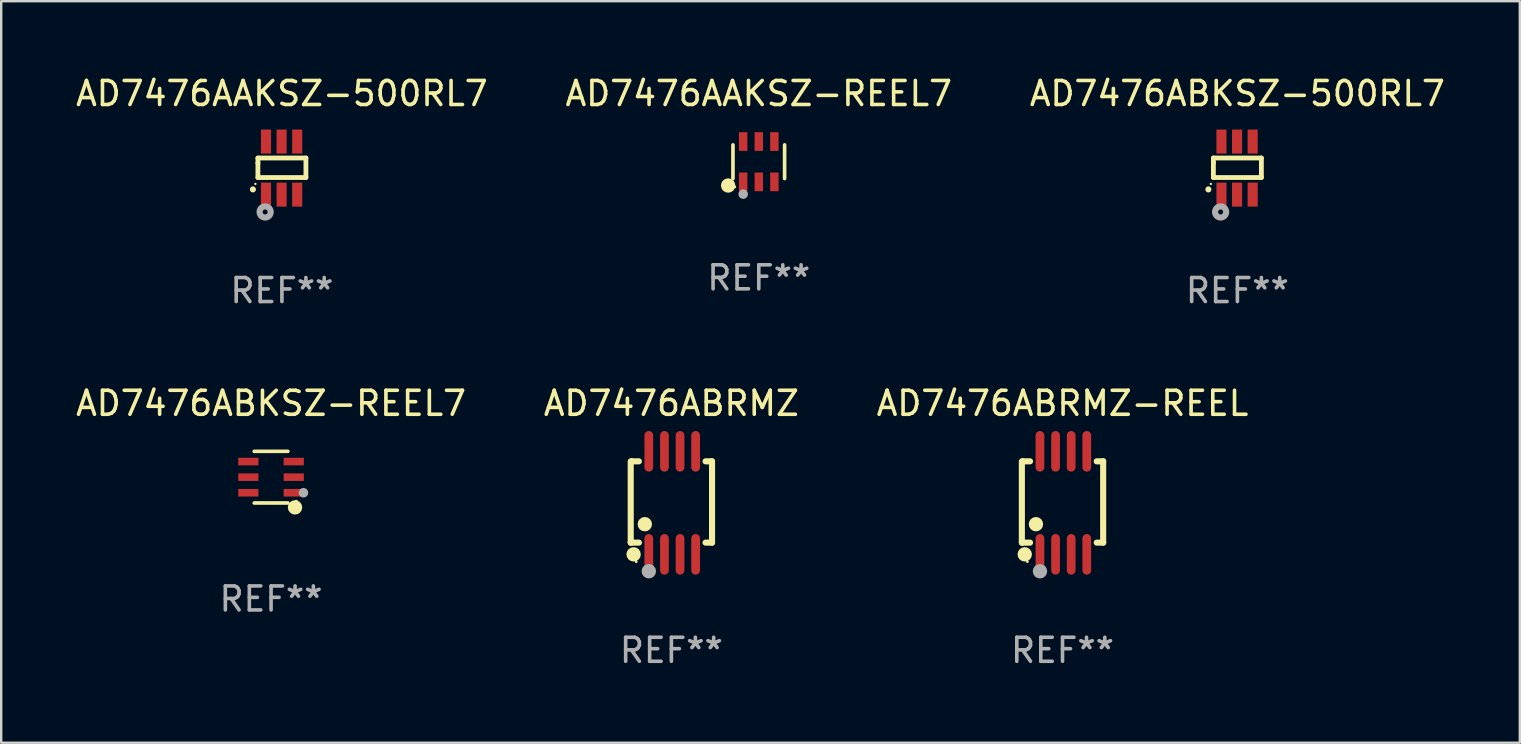
<source format=kicad_pcb>
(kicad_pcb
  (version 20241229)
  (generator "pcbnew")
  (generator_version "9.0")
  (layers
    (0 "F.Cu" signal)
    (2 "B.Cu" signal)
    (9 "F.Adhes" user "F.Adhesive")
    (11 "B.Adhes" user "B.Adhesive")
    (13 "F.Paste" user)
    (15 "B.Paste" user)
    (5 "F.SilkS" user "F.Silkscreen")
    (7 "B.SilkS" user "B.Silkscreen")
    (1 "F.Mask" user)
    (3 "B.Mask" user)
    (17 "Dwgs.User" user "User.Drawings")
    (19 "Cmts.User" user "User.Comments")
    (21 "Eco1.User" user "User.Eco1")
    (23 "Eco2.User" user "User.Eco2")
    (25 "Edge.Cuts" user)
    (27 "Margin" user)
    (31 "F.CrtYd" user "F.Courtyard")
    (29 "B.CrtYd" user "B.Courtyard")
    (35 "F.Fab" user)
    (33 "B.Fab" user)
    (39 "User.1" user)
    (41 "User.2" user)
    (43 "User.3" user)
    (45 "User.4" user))
  (footprint "AD7476ABRMZ"
    (layer "F.Cu")
    (at 24.923 17.901)
    (property "Reference" "AD7476ABRMZ" (at 0 -4.146 0) (layer "F.SilkS") (effects (font (size 1 1) (thickness 0.15))))
    (attr through_hole)
    (fp_line (start -1.694 -1.724) (end -1.694 1.652) (stroke (width 0.254) (type solid)) (layer "F.SilkS"))
    (fp_line (start -1.694 1.652) (end -1.688 1.658) (stroke (width 0.254) (type solid)) (layer "F.SilkS"))
    (fp_line (start -1.688 1.658) (end -1.353 1.658) (stroke (width 0.254) (type solid)) (layer "F.SilkS"))
    (fp_line (start -1.661 -1.73) (end -1.681 -1.71) (stroke (width 0.254) (type solid)) (layer "F.SilkS"))
    (fp_line (start -1.353 -1.73) (end -1.661 -1.73) (stroke (width 0.254) (type solid)) (layer "F.SilkS"))
    (fp_line (start 1.424 1.658) (end 1.694 1.658) (stroke (width 0.254) (type solid)) (layer "F.SilkS"))
    (fp_line (start 1.694 -1.73) (end 1.424 -1.73) (stroke (width 0.254) (type solid)) (layer "F.SilkS"))
    (fp_line (start 1.694 1.658) (end 1.694 -1.73) (stroke (width 0.254) (type solid)) (layer "F.SilkS"))
    (fp_circle (center -1.574 2.146) (end -1.424 2.146) (stroke (width 0.3) (type solid)) (fill no) (layer "F.SilkS"))
    (fp_circle (center -1.464 2.45) (end -1.434 2.45) (stroke (width 0.06) (type solid)) (fill no) (layer "F.SilkS"))
    (fp_circle (center -1.107 0.889) (end -0.957 0.889) (stroke (width 0.3) (type solid)) (fill no) (layer "F.SilkS"))
    (fp_circle (center -0.94 2.85) (end -0.789 2.85) (stroke (width 0.3) (type solid)) (fill no) (layer "F.Fab"))
    (fp_text user "REF**" (at 0 6.146 0) (layer "F.Fab") (effects (font (size 1 1) (thickness 0.15))))
    (pad "1" smd oval (at -0.94 2.146) (size 0.364 1.692) (layers "F.Cu" "F.Mask" "F.Paste"))
    (pad "2" smd oval (at -0.289 2.146) (size 0.364 1.692) (layers "F.Cu" "F.Mask" "F.Paste"))
    (pad "3" smd oval (at 0.361 2.146) (size 0.364 1.692) (layers "F.Cu" "F.Mask" "F.Paste"))
    (pad "4" smd oval (at 1.011 2.146) (size 0.364 1.692) (layers "F.Cu" "F.Mask" "F.Paste"))
    (pad "5" smd oval (at 1.011 -2.146) (size 0.364 1.692) (layers "F.Cu" "F.Mask" "F.Paste"))
    (pad "6" smd oval (at 0.361 -2.146) (size 0.364 1.692) (layers "F.Cu" "F.Mask" "F.Paste"))
    (pad "7" smd oval (at -0.289 -2.146) (size 0.364 1.692) (layers "F.Cu" "F.Mask" "F.Paste"))
    (pad "8" smd oval (at -0.94 -2.146) (size 0.364 1.692) (layers "F.Cu" "F.Mask" "F.Paste")))
  (footprint "AD7476AAKSZ-500RL7"
    (layer "F.Cu")
    (at 8.696 3.953)
    (property "Reference" "AD7476AAKSZ-500RL7" (at 0 -3.105 0) (layer "F.SilkS") (effects (font (size 1 1) (thickness 0.15))))
    (attr through_hole)
    (fp_line (start -1 -0.419) (end -1 -0.213) (stroke (width 0.2) (type solid)) (layer "F.SilkS"))
    (fp_line (start -1 -0.213) (end -1 0.393) (stroke (width 0.2) (type solid)) (layer "F.SilkS"))
    (fp_line (start -1 0.393) (end 1 0.393) (stroke (width 0.2) (type solid)) (layer "F.SilkS"))
    (fp_line (start 1 -0.419) (end -1 -0.419) (stroke (width 0.2) (type solid)) (layer "F.SilkS"))
    (fp_line (start 1 0.393) (end 1 -0.419) (stroke (width 0.2) (type solid)) (layer "F.SilkS"))
    (fp_arc (start -1.208509 0.890272) (mid -1.208515 0.889002) (end -1.208509 0.887732) (stroke (width 0.25) (type solid)) (layer "F.SilkS"))
    (fp_circle (center -1.105 0.66) (end -1.08 0.66) (stroke (width 0.05) (type solid)) (fill no) (layer "F.SilkS"))
    (fp_circle (center -0.699 1.829) (end -0.594 1.829) (stroke (width 0.254) (type solid)) (fill no) (layer "F.Fab"))
    (fp_text user "REF**" (at 0 5.105 0) (layer "F.Fab") (effects (font (size 1 1) (thickness 0.15))))
    (pad "1" smd rect (at -0.663 1.105) (size 0.42 1) (layers "F.Cu" "F.Mask" "F.Paste"))
    (pad "2" smd rect (at -0.013 1.105) (size 0.42 1) (layers "F.Cu" "F.Mask" "F.Paste"))
    (pad "3" smd rect (at 0.637 1.105) (size 0.42 1) (layers "F.Cu" "F.Mask" "F.Paste"))
    (pad "4" smd rect (at 0.637 -1.105 180) (size 0.42 1) (layers "F.Cu" "F.Mask" "F.Paste"))
    (pad "5" smd rect (at -0.013 -1.105 180) (size 0.42 1) (layers "F.Cu" "F.Mask" "F.Paste"))
    (pad "6" smd rect (at -0.663 -1.105 180) (size 0.42 1) (layers "F.Cu" "F.Mask" "F.Paste")))
  (footprint "AD7476ABRMZ-REEL"
    (layer "F.Cu")
    (at 41.22 17.901)
    (property "Reference" "AD7476ABRMZ-REEL" (at 0 -4.146 0) (layer "F.SilkS") (effects (font (size 1 1) (thickness 0.15))))
    (attr through_hole)
    (fp_line (start -1.694 -1.724) (end -1.694 1.652) (stroke (width 0.254) (type solid)) (layer "F.SilkS"))
    (fp_line (start -1.694 1.652) (end -1.688 1.658) (stroke (width 0.254) (type solid)) (layer "F.SilkS"))
    (fp_line (start -1.688 1.658) (end -1.353 1.658) (stroke (width 0.254) (type solid)) (layer "F.SilkS"))
    (fp_line (start -1.661 -1.73) (end -1.681 -1.71) (stroke (width 0.254) (type solid)) (layer "F.SilkS"))
    (fp_line (start -1.353 -1.73) (end -1.661 -1.73) (stroke (width 0.254) (type solid)) (layer "F.SilkS"))
    (fp_line (start 1.424 1.658) (end 1.694 1.658) (stroke (width 0.254) (type solid)) (layer "F.SilkS"))
    (fp_line (start 1.694 -1.73) (end 1.424 -1.73) (stroke (width 0.254) (type solid)) (layer "F.SilkS"))
    (fp_line (start 1.694 1.658) (end 1.694 -1.73) (stroke (width 0.254) (type solid)) (layer "F.SilkS"))
    (fp_circle (center -1.574 2.146) (end -1.424 2.146) (stroke (width 0.3) (type solid)) (fill no) (layer "F.SilkS"))
    (fp_circle (center -1.464 2.45) (end -1.434 2.45) (stroke (width 0.06) (type solid)) (fill no) (layer "F.SilkS"))
    (fp_circle (center -1.107 0.889) (end -0.957 0.889) (stroke (width 0.3) (type solid)) (fill no) (layer "F.SilkS"))
    (fp_circle (center -0.94 2.85) (end -0.789 2.85) (stroke (width 0.3) (type solid)) (fill no) (layer "F.Fab"))
    (fp_text user "REF**" (at 0 6.146 0) (layer "F.Fab") (effects (font (size 1 1) (thickness 0.15))))
    (pad "1" smd oval (at -0.94 2.146) (size 0.364 1.692) (layers "F.Cu" "F.Mask" "F.Paste"))
    (pad "2" smd oval (at -0.289 2.146) (size 0.364 1.692) (layers "F.Cu" "F.Mask" "F.Paste"))
    (pad "3" smd oval (at 0.361 2.146) (size 0.364 1.692) (layers "F.Cu" "F.Mask" "F.Paste"))
    (pad "4" smd oval (at 1.011 2.146) (size 0.364 1.692) (layers "F.Cu" "F.Mask" "F.Paste"))
    (pad "5" smd oval (at 1.011 -2.146) (size 0.364 1.692) (layers "F.Cu" "F.Mask" "F.Paste"))
    (pad "6" smd oval (at 0.361 -2.146) (size 0.364 1.692) (layers "F.Cu" "F.Mask" "F.Paste"))
    (pad "7" smd oval (at -0.289 -2.146) (size 0.364 1.692) (layers "F.Cu" "F.Mask" "F.Paste"))
    (pad "8" smd oval (at -0.94 -2.146) (size 0.364 1.692) (layers "F.Cu" "F.Mask" "F.Paste")))
  (footprint "AD7476ABKSZ-500RL7"
    (layer "F.Cu")
    (at 48.506 3.953)
    (property "Reference" "AD7476ABKSZ-500RL7" (at 0 -3.105 0) (layer "F.SilkS") (effects (font (size 1 1) (thickness 0.15))))
    (attr through_hole)
    (fp_line (start -1 -0.419) (end -1 -0.213) (stroke (width 0.2) (type solid)) (layer "F.SilkS"))
    (fp_line (start -1 -0.213) (end -1 0.393) (stroke (width 0.2) (type solid)) (layer "F.SilkS"))
    (fp_line (start -1 0.393) (end 1 0.393) (stroke (width 0.2) (type solid)) (layer "F.SilkS"))
    (fp_line (start 1 -0.419) (end -1 -0.419) (stroke (width 0.2) (type solid)) (layer "F.SilkS"))
    (fp_line (start 1 0.393) (end 1 -0.419) (stroke (width 0.2) (type solid)) (layer "F.SilkS"))
    (fp_arc (start -1.208509 0.890272) (mid -1.208515 0.889002) (end -1.208509 0.887732) (stroke (width 0.25) (type solid)) (layer "F.SilkS"))
    (fp_circle (center -1.105 0.66) (end -1.08 0.66) (stroke (width 0.05) (type solid)) (fill no) (layer "F.SilkS"))
    (fp_circle (center -0.699 1.829) (end -0.594 1.829) (stroke (width 0.254) (type solid)) (fill no) (layer "F.Fab"))
    (fp_text user "REF**" (at 0 5.105 0) (layer "F.Fab") (effects (font (size 1 1) (thickness 0.15))))
    (pad "1" smd rect (at -0.663 1.105) (size 0.42 1) (layers "F.Cu" "F.Mask" "F.Paste"))
    (pad "2" smd rect (at -0.013 1.105) (size 0.42 1) (layers "F.Cu" "F.Mask" "F.Paste"))
    (pad "3" smd rect (at 0.637 1.105) (size 0.42 1) (layers "F.Cu" "F.Mask" "F.Paste"))
    (pad "4" smd rect (at 0.637 -1.105 180) (size 0.42 1) (layers "F.Cu" "F.Mask" "F.Paste"))
    (pad "5" smd rect (at -0.013 -1.105 180) (size 0.42 1) (layers "F.Cu" "F.Mask" "F.Paste"))
    (pad "6" smd rect (at -0.663 -1.105 180) (size 0.42 1) (layers "F.Cu" "F.Mask" "F.Paste")))
  (footprint "AD7476ABKSZ-REEL7"
    (layer "F.Cu")
    (at 8.244 16.831)
    (property "Reference" "AD7476ABKSZ-REEL7" (at 0 -3.076 0) (layer "F.SilkS") (effects (font (size 1 1) (thickness 0.15))))
    (attr through_hole)
    (fp_line (start 0.701 -1.076) (end -0.701 -1.076) (stroke (width 0.152) (type solid)) (layer "F.SilkS"))
    (fp_line (start 0.701 1.076) (end -0.701 1.076) (stroke (width 0.152) (type solid)) (layer "F.SilkS"))
    (fp_circle (center 0.998 1.26) (end 1.148 1.26) (stroke (width 0.3) (type solid)) (fill no) (layer "F.SilkS"))
    (fp_circle (center 1.05 1) (end 1.08 1) (stroke (width 0.06) (type solid)) (fill no) (layer "F.SilkS"))
    (fp_circle (center 1.35 0.65) (end 1.45 0.65) (stroke (width 0.2) (type solid)) (fill no) (layer "F.Fab"))
    (fp_text user "REF**" (at 0 5.076 0) (layer "F.Fab") (effects (font (size 1 1) (thickness 0.15))))
    (pad "1" smd rect (at 0.946 0.65) (size 0.841 0.315) (layers "F.Cu" "F.Mask" "F.Paste"))
    (pad "2" smd rect (at 0.946 0) (size 0.841 0.315) (layers "F.Cu" "F.Mask" "F.Paste"))
    (pad "3" smd rect (at 0.946 -0.65) (size 0.841 0.315) (layers "F.Cu" "F.Mask" "F.Paste"))
    (pad "4" smd rect (at -0.946 -0.65) (size 0.841 0.315) (layers "F.Cu" "F.Mask" "F.Paste"))
    (pad "5" smd rect (at -0.946 0) (size 0.841 0.315) (layers "F.Cu" "F.Mask" "F.Paste"))
    (pad "6" smd rect (at -0.946 0.65) (size 0.841 0.315) (layers "F.Cu" "F.Mask" "F.Paste")))
  (footprint "AD7476AAKSZ-REEL7"
    (layer "F.Cu")
    (at 28.565 3.688)
    (property "Reference" "AD7476AAKSZ-REEL7" (at 0 -2.84 0) (layer "F.SilkS") (effects (font (size 1 1) (thickness 0.15))))
    (attr through_hole)
    (fp_line (start -1.076 0.701) (end -1.076 -0.701) (stroke (width 0.152) (type solid)) (layer "F.SilkS"))
    (fp_line (start 1.076 0.701) (end 1.076 -0.701) (stroke (width 0.152) (type solid)) (layer "F.SilkS"))
    (fp_circle (center -1.277 0.992) (end -1.127 0.992) (stroke (width 0.3) (type solid)) (fill no) (layer "F.SilkS"))
    (fp_circle (center -1 1.05) (end -0.97 1.05) (stroke (width 0.06) (type solid)) (fill no) (layer "F.SilkS"))
    (fp_circle (center -0.65 1.35) (end -0.55 1.35) (stroke (width 0.2) (type solid)) (fill no) (layer "F.Fab"))
    (fp_text user "REF**" (at 0 4.84 0) (layer "F.Fab") (effects (font (size 1 1) (thickness 0.15))))
    (pad "1" smd rect (at -0.65 0.84) (size 0.35 0.78) (layers "F.Cu" "F.Mask" "F.Paste"))
    (pad "2" smd rect (at 0 0.84) (size 0.35 0.78) (layers "F.Cu" "F.Mask" "F.Paste"))
    (pad "3" smd rect (at 0.65 0.84) (size 0.35 0.78) (layers "F.Cu" "F.Mask" "F.Paste"))
    (pad "4" smd rect (at 0.65 -0.84) (size 0.35 0.78) (layers "F.Cu" "F.Mask" "F.Paste"))
    (pad "5" smd rect (at 0 -0.84) (size 0.35 0.78) (layers "F.Cu" "F.Mask" "F.Paste"))
    (pad "6" smd rect (at -0.65 -0.84) (size 0.35 0.78) (layers "F.Cu" "F.Mask" "F.Paste")))
  (gr_rect
    (start -3 -3)
    (end 60.274 27.895)
    (stroke (width 0.1) (type default))
    (fill no)
    (layer "Edge.Cuts")))
</source>
